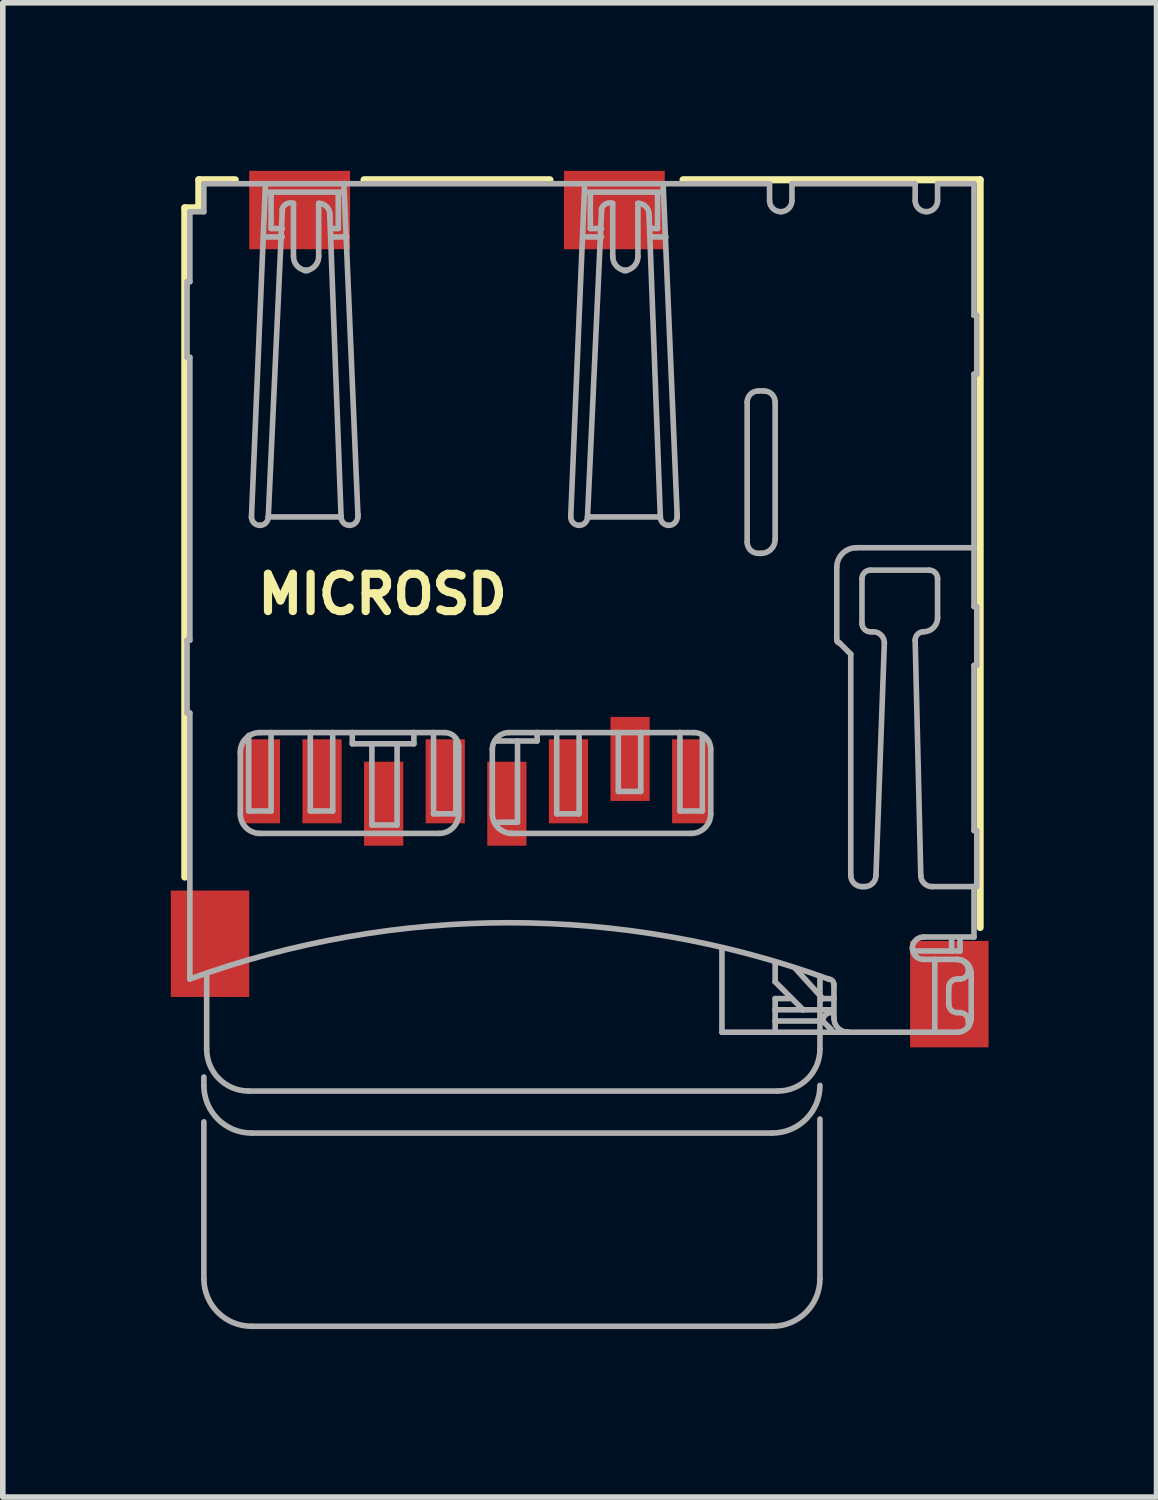
<source format=kicad_pcb>
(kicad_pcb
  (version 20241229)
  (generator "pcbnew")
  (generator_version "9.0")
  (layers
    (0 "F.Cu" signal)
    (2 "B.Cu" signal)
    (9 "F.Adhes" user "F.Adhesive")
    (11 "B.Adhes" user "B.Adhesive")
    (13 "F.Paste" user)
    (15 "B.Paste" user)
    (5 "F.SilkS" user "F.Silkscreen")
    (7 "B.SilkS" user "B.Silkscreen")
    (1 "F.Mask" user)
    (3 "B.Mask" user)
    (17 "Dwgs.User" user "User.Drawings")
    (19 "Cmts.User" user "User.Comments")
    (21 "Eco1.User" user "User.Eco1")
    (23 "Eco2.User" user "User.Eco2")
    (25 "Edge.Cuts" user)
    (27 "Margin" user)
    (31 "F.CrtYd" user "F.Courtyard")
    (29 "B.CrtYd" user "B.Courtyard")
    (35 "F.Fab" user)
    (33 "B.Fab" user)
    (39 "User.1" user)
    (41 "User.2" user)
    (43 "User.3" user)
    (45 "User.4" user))
  (footprint "MICROSD"
    (layer "F.Cu")
    (at 7.539 7.753)
    (property "Reference" "MICROSD" (at -6.059 0.197 0) (layer "F.SilkS") (effects (font (size 0.666 0.666) (thickness 0.146)) (justify left bottom)))
    (fp_line (start -7.289 -7.093) (end -7.289 4.857) (stroke (width 0.127) (type solid)) (layer "F.SilkS"))
    (fp_line (start -7.039 -7.593) (end -7.039 -7.093) (stroke (width 0.127) (type solid)) (layer "F.SilkS"))
    (fp_line (start -7.039 -7.093) (end -7.289 -7.093) (stroke (width 0.127) (type solid)) (layer "F.SilkS"))
    (fp_line (start -6.389 -7.593) (end -7.039 -7.593) (stroke (width 0.127) (type solid)) (layer "F.SilkS"))
    (fp_line (start -4.089 -7.593) (end -0.77 -7.593) (stroke (width 0.127) (type solid)) (layer "F.SilkS"))
    (fp_line (start 1.607 -7.593) (end 6.911 -7.593) (stroke (width 0.127) (type solid)) (layer "F.SilkS"))
    (fp_line (start 6.911 -7.593) (end 6.911 5.757) (stroke (width 0.127) (type solid)) (layer "F.SilkS"))
    (fp_line (start -7.249 -5.773) (end -7.249 -4.423) (stroke (width 0.1) (type solid)) (layer "F.Fab"))
    (fp_line (start -7.249 -4.423) (end -7.199 -4.423) (stroke (width 0.1) (type solid)) (layer "F.Fab"))
    (fp_line (start -7.249 0.627) (end -7.249 1.927) (stroke (width 0.1) (type solid)) (layer "F.Fab"))
    (fp_line (start -7.249 1.927) (end -7.199 1.927) (stroke (width 0.1) (type solid)) (layer "F.Fab"))
    (fp_line (start -7.199 -7.023) (end -7.199 -5.773) (stroke (width 0.1) (type solid)) (layer "F.Fab"))
    (fp_line (start -7.199 -5.773) (end -7.249 -5.773) (stroke (width 0.1) (type solid)) (layer "F.Fab"))
    (fp_line (start -7.199 -4.423) (end -7.199 0.627) (stroke (width 0.1) (type solid)) (layer "F.Fab"))
    (fp_line (start -7.199 0.627) (end -7.249 0.627) (stroke (width 0.1) (type solid)) (layer "F.Fab"))
    (fp_line (start -7.199 1.927) (end -7.199 6.677) (stroke (width 0.1) (type solid)) (layer "F.Fab"))
    (fp_line (start -6.949 -7.523) (end -6.949 -7.023) (stroke (width 0.1) (type solid)) (layer "F.Fab"))
    (fp_line (start -6.949 -7.023) (end -7.199 -7.023) (stroke (width 0.1) (type solid)) (layer "F.Fab"))
    (fp_line (start -6.949 8.427) (end -6.949 8.577) (stroke (width 0.1) (type solid)) (layer "F.Fab"))
    (fp_line (start -6.949 9.227) (end -6.949 12.027) (stroke (width 0.1) (type solid)) (layer "F.Fab"))
    (fp_line (start -6.899 6.627) (end -6.899 7.927) (stroke (width 0.1) (type solid)) (layer "F.Fab"))
    (fp_line (start -6.299 3.727) (end -6.299 2.627) (stroke (width 0.1) (type solid)) (layer "F.Fab"))
    (fp_line (start -6.149 2.327) (end -6.149 3.677) (stroke (width 0.1) (type solid)) (layer "F.Fab"))
    (fp_line (start -6.149 3.677) (end -5.749 3.677) (stroke (width 0.1) (type solid)) (layer "F.Fab"))
    (fp_line (start -6.149 8.677) (end 3.301 8.677) (stroke (width 0.1) (type solid)) (layer "F.Fab"))
    (fp_line (start -6.099 -1.573) (end -5.849 -7.523) (stroke (width 0.1) (type solid)) (layer "F.Fab"))
    (fp_line (start -6.099 9.427) (end 3.201 9.427) (stroke (width 0.1) (type solid)) (layer "F.Fab"))
    (fp_line (start -6.099 12.877) (end 3.201 12.877) (stroke (width 0.1) (type solid)) (layer "F.Fab"))
    (fp_line (start -5.949 2.277) (end -5.749 2.277) (stroke (width 0.1) (type solid)) (layer "F.Fab"))
    (fp_line (start -5.849 -7.523) (end -6.949 -7.523) (stroke (width 0.1) (type solid)) (layer "F.Fab"))
    (fp_line (start -5.799 -7.373) (end -4.449 -7.373) (stroke (width 0.1) (type solid)) (layer "F.Fab"))
    (fp_line (start -5.799 -1.573) (end -4.499 -1.573) (stroke (width 0.1) (type solid)) (layer "F.Fab"))
    (fp_line (start -5.749 -6.723) (end -5.749 -7.323) (stroke (width 0.1) (type solid)) (layer "F.Fab"))
    (fp_line (start -5.749 2.277) (end -5.049 2.277) (stroke (width 0.1) (type solid)) (layer "F.Fab"))
    (fp_line (start -5.749 3.677) (end -5.749 2.277) (stroke (width 0.1) (type solid)) (layer "F.Fab"))
    (fp_line (start -5.549 -7.073) (end -5.549 -7.023) (stroke (width 0.1) (type solid)) (layer "F.Fab"))
    (fp_line (start -5.549 -7.023) (end -5.799 -1.573) (stroke (width 0.1) (type solid)) (layer "F.Fab"))
    (fp_line (start -5.549 -6.723) (end -5.749 -6.723) (stroke (width 0.1) (type solid)) (layer "F.Fab"))
    (fp_line (start -5.549 -6.573) (end -5.849 -6.573) (stroke (width 0.1) (type solid)) (layer "F.Fab"))
    (fp_line (start -5.349 -6.223) (end -5.349 -7.173) (stroke (width 0.1) (type solid)) (layer "F.Fab"))
    (fp_line (start -5.149 -5.973) (end -5.099 -5.973) (stroke (width 0.1) (type solid)) (layer "F.Fab"))
    (fp_line (start -5.049 2.277) (end -5.049 3.677) (stroke (width 0.1) (type solid)) (layer "F.Fab"))
    (fp_line (start -5.049 2.277) (end -4.649 2.277) (stroke (width 0.1) (type solid)) (layer "F.Fab"))
    (fp_line (start -5.049 3.677) (end -4.649 3.677) (stroke (width 0.1) (type solid)) (layer "F.Fab"))
    (fp_line (start -4.899 -7.173) (end -4.899 -6.223) (stroke (width 0.1) (type solid)) (layer "F.Fab"))
    (fp_line (start -4.699 -6.923) (end -4.699 -6.973) (stroke (width 0.1) (type solid)) (layer "F.Fab"))
    (fp_line (start -4.649 -6.723) (end -4.549 -6.723) (stroke (width 0.1) (type solid)) (layer "F.Fab"))
    (fp_line (start -4.649 -6.573) (end -4.399 -6.573) (stroke (width 0.1) (type solid)) (layer "F.Fab"))
    (fp_line (start -4.649 2.277) (end -4.299 2.277) (stroke (width 0.1) (type solid)) (layer "F.Fab"))
    (fp_line (start -4.649 3.677) (end -4.649 2.277) (stroke (width 0.1) (type solid)) (layer "F.Fab"))
    (fp_line (start -4.549 -6.723) (end -4.549 -7.323) (stroke (width 0.1) (type solid)) (layer "F.Fab"))
    (fp_line (start -4.499 -1.573) (end -4.699 -6.923) (stroke (width 0.1) (type solid)) (layer "F.Fab"))
    (fp_line (start -4.449 -7.523) (end -5.849 -7.523) (stroke (width 0.1) (type solid)) (layer "F.Fab"))
    (fp_line (start -4.449 -7.523) (end -4.199 -1.623) (stroke (width 0.1) (type solid)) (layer "F.Fab"))
    (fp_line (start -4.299 2.277) (end -4.299 2.477) (stroke (width 0.1) (type solid)) (layer "F.Fab"))
    (fp_line (start -4.299 2.277) (end -3.199 2.277) (stroke (width 0.1) (type solid)) (layer "F.Fab"))
    (fp_line (start -4.299 2.477) (end -3.949 2.477) (stroke (width 0.1) (type solid)) (layer "F.Fab"))
    (fp_line (start -4.199 -1.623) (end -4.199 -1.573) (stroke (width 0.1) (type solid)) (layer "F.Fab"))
    (fp_line (start -3.949 2.477) (end -3.949 3.927) (stroke (width 0.1) (type solid)) (layer "F.Fab"))
    (fp_line (start -3.949 2.477) (end -3.499 2.477) (stroke (width 0.1) (type solid)) (layer "F.Fab"))
    (fp_line (start -3.949 3.927) (end -3.499 3.927) (stroke (width 0.1) (type solid)) (layer "F.Fab"))
    (fp_line (start -3.499 2.477) (end -3.199 2.477) (stroke (width 0.1) (type solid)) (layer "F.Fab"))
    (fp_line (start -3.499 3.927) (end -3.499 2.477) (stroke (width 0.1) (type solid)) (layer "F.Fab"))
    (fp_line (start -3.199 2.277) (end -2.849 2.277) (stroke (width 0.1) (type solid)) (layer "F.Fab"))
    (fp_line (start -3.199 2.477) (end -3.199 2.277) (stroke (width 0.1) (type solid)) (layer "F.Fab"))
    (fp_line (start -2.849 2.277) (end -2.849 3.727) (stroke (width 0.1) (type solid)) (layer "F.Fab"))
    (fp_line (start -2.849 2.277) (end -2.649 2.277) (stroke (width 0.1) (type solid)) (layer "F.Fab"))
    (fp_line (start -2.849 3.727) (end -2.449 3.727) (stroke (width 0.1) (type solid)) (layer "F.Fab"))
    (fp_line (start -2.749 4.077) (end -5.949 4.077) (stroke (width 0.1) (type solid)) (layer "F.Fab"))
    (fp_line (start -2.449 3.727) (end -2.449 2.427) (stroke (width 0.1) (type solid)) (layer "F.Fab"))
    (fp_line (start -2.399 2.527) (end -2.399 3.727) (stroke (width 0.1) (type solid)) (layer "F.Fab"))
    (fp_line (start -1.799 3.727) (end -1.799 2.577) (stroke (width 0.1) (type solid)) (layer "F.Fab"))
    (fp_line (start -1.749 2.427) (end -1.349 2.427) (stroke (width 0.1) (type solid)) (layer "F.Fab"))
    (fp_line (start -1.499 2.277) (end -0.999 2.277) (stroke (width 0.1) (type solid)) (layer "F.Fab"))
    (fp_line (start -1.349 2.427) (end -1.349 3.877) (stroke (width 0.1) (type solid)) (layer "F.Fab"))
    (fp_line (start -1.349 2.427) (end -0.999 2.427) (stroke (width 0.1) (type solid)) (layer "F.Fab"))
    (fp_line (start -1.349 3.877) (end -1.699 3.877) (stroke (width 0.1) (type solid)) (layer "F.Fab"))
    (fp_line (start -0.999 2.277) (end -0.649 2.277) (stroke (width 0.1) (type solid)) (layer "F.Fab"))
    (fp_line (start -0.999 2.427) (end -0.999 2.277) (stroke (width 0.1) (type solid)) (layer "F.Fab"))
    (fp_line (start -0.649 2.277) (end -0.649 3.727) (stroke (width 0.1) (type solid)) (layer "F.Fab"))
    (fp_line (start -0.649 2.277) (end 0.451 2.277) (stroke (width 0.1) (type solid)) (layer "F.Fab"))
    (fp_line (start -0.649 3.727) (end -0.249 3.727) (stroke (width 0.1) (type solid)) (layer "F.Fab"))
    (fp_line (start -0.399 -1.573) (end -0.149 -7.523) (stroke (width 0.1) (type solid)) (layer "F.Fab"))
    (fp_line (start -0.249 3.727) (end -0.249 2.327) (stroke (width 0.1) (type solid)) (layer "F.Fab"))
    (fp_line (start -0.099 -7.373) (end 1.251 -7.373) (stroke (width 0.1) (type solid)) (layer "F.Fab"))
    (fp_line (start -0.099 -1.573) (end 1.201 -1.573) (stroke (width 0.1) (type solid)) (layer "F.Fab"))
    (fp_line (start -0.049 -6.723) (end -0.049 -7.323) (stroke (width 0.1) (type solid)) (layer "F.Fab"))
    (fp_line (start 0.151 -7.073) (end 0.151 -7.023) (stroke (width 0.1) (type solid)) (layer "F.Fab"))
    (fp_line (start 0.151 -7.023) (end -0.099 -1.573) (stroke (width 0.1) (type solid)) (layer "F.Fab"))
    (fp_line (start 0.151 -6.723) (end -0.049 -6.723) (stroke (width 0.1) (type solid)) (layer "F.Fab"))
    (fp_line (start 0.151 -6.573) (end -0.149 -6.573) (stroke (width 0.1) (type solid)) (layer "F.Fab"))
    (fp_line (start 0.351 -6.223) (end 0.351 -7.173) (stroke (width 0.1) (type solid)) (layer "F.Fab"))
    (fp_line (start 0.451 2.277) (end 0.451 3.327) (stroke (width 0.1) (type solid)) (layer "F.Fab"))
    (fp_line (start 0.451 2.277) (end 0.851 2.277) (stroke (width 0.1) (type solid)) (layer "F.Fab"))
    (fp_line (start 0.451 3.327) (end 0.851 3.327) (stroke (width 0.1) (type solid)) (layer "F.Fab"))
    (fp_line (start 0.551 -5.973) (end 0.601 -5.973) (stroke (width 0.1) (type solid)) (layer "F.Fab"))
    (fp_line (start 0.801 -7.173) (end 0.801 -6.223) (stroke (width 0.1) (type solid)) (layer "F.Fab"))
    (fp_line (start 0.851 2.277) (end 1.551 2.277) (stroke (width 0.1) (type solid)) (layer "F.Fab"))
    (fp_line (start 0.851 3.327) (end 0.851 2.277) (stroke (width 0.1) (type solid)) (layer "F.Fab"))
    (fp_line (start 1.001 -6.923) (end 1.001 -6.973) (stroke (width 0.1) (type solid)) (layer "F.Fab"))
    (fp_line (start 1.051 -6.723) (end 1.151 -6.723) (stroke (width 0.1) (type solid)) (layer "F.Fab"))
    (fp_line (start 1.051 -6.573) (end 1.301 -6.573) (stroke (width 0.1) (type solid)) (layer "F.Fab"))
    (fp_line (start 1.151 -6.723) (end 1.151 -7.323) (stroke (width 0.1) (type solid)) (layer "F.Fab"))
    (fp_line (start 1.201 -1.573) (end 1.001 -6.923) (stroke (width 0.1) (type solid)) (layer "F.Fab"))
    (fp_line (start 1.251 -7.523) (end 1.501 -1.623) (stroke (width 0.1) (type solid)) (layer "F.Fab"))
    (fp_line (start 1.501 -1.623) (end 1.501 -1.573) (stroke (width 0.1) (type solid)) (layer "F.Fab"))
    (fp_line (start 1.551 2.277) (end 1.551 3.677) (stroke (width 0.1) (type solid)) (layer "F.Fab"))
    (fp_line (start 1.551 2.277) (end 1.801 2.277) (stroke (width 0.1) (type solid)) (layer "F.Fab"))
    (fp_line (start 1.551 3.677) (end 1.951 3.677) (stroke (width 0.1) (type solid)) (layer "F.Fab"))
    (fp_line (start 1.751 4.077) (end -1.449 4.077) (stroke (width 0.1) (type solid)) (layer "F.Fab"))
    (fp_line (start 1.951 3.677) (end 1.951 2.327) (stroke (width 0.1) (type solid)) (layer "F.Fab"))
    (fp_line (start 2.101 2.577) (end 2.101 3.727) (stroke (width 0.1) (type solid)) (layer "F.Fab"))
    (fp_line (start 2.301 7.627) (end 2.301 6.127) (stroke (width 0.1) (type solid)) (layer "F.Fab"))
    (fp_line (start 2.751 -1.123) (end 2.751 -3.623) (stroke (width 0.1) (type solid)) (layer "F.Fab"))
    (fp_line (start 2.951 -3.823) (end 3.051 -3.823) (stroke (width 0.1) (type solid)) (layer "F.Fab"))
    (fp_line (start 3.001 -0.923) (end 2.951 -0.923) (stroke (width 0.1) (type solid)) (layer "F.Fab"))
    (fp_line (start 3.151 -7.523) (end -4.449 -7.523) (stroke (width 0.1) (type solid)) (layer "F.Fab"))
    (fp_line (start 3.151 -7.223) (end 3.151 -7.523) (stroke (width 0.1) (type solid)) (layer "F.Fab"))
    (fp_line (start 3.251 -3.623) (end 3.251 -1.173) (stroke (width 0.1) (type solid)) (layer "F.Fab"))
    (fp_line (start 3.251 6.377) (end 3.251 6.727) (stroke (width 0.1) (type solid)) (layer "F.Fab"))
    (fp_line (start 3.251 6.727) (end 3.751 7.227) (stroke (width 0.1) (type solid)) (layer "F.Fab"))
    (fp_line (start 3.251 7.027) (end 3.501 7.027) (stroke (width 0.1) (type solid)) (layer "F.Fab"))
    (fp_line (start 3.251 7.227) (end 3.251 7.027) (stroke (width 0.1) (type solid)) (layer "F.Fab"))
    (fp_line (start 3.251 7.427) (end 3.251 7.227) (stroke (width 0.1) (type solid)) (layer "F.Fab"))
    (fp_line (start 3.251 7.427) (end 4.101 7.427) (stroke (width 0.1) (type solid)) (layer "F.Fab"))
    (fp_line (start 3.251 7.627) (end 2.301 7.627) (stroke (width 0.1) (type solid)) (layer "F.Fab"))
    (fp_line (start 3.251 7.627) (end 3.251 7.427) (stroke (width 0.1) (type solid)) (layer "F.Fab"))
    (fp_line (start 3.551 -7.523) (end 3.551 -7.223) (stroke (width 0.1) (type solid)) (layer "F.Fab"))
    (fp_line (start 3.751 7.227) (end 3.251 7.227) (stroke (width 0.1) (type solid)) (layer "F.Fab"))
    (fp_line (start 3.751 7.227) (end 4.251 7.227) (stroke (width 0.1) (type solid)) (layer "F.Fab"))
    (fp_line (start 4.051 7.927) (end 4.051 6.627) (stroke (width 0.1) (type solid)) (layer "F.Fab"))
    (fp_line (start 4.051 12.027) (end 4.051 9.177) (stroke (width 0.1) (type solid)) (layer "F.Fab"))
    (fp_line (start 4.101 7.027) (end 3.601 6.477) (stroke (width 0.1) (type solid)) (layer "F.Fab"))
    (fp_line (start 4.251 7.577) (end 4.101 7.427) (stroke (width 0.1) (type solid)) (layer "F.Fab"))
    (fp_line (start 4.301 6.777) (end 4.301 7.027) (stroke (width 0.1) (type solid)) (layer "F.Fab"))
    (fp_line (start 4.301 7.027) (end 4.101 7.027) (stroke (width 0.1) (type solid)) (layer "F.Fab"))
    (fp_line (start 4.301 7.027) (end 4.301 7.377) (stroke (width 0.1) (type solid)) (layer "F.Fab"))
    (fp_line (start 4.351 0.627) (end 4.351 -0.673) (stroke (width 0.1) (type solid)) (layer "F.Fab"))
    (fp_line (start 4.551 7.627) (end 3.251 7.627) (stroke (width 0.1) (type solid)) (layer "F.Fab"))
    (fp_line (start 4.551 7.627) (end 6.101 7.627) (stroke (width 0.1) (type solid)) (layer "F.Fab"))
    (fp_line (start 4.601 0.877) (end 4.401 0.677) (stroke (width 0.1) (type solid)) (layer "F.Fab"))
    (fp_line (start 4.601 4.827) (end 4.601 0.877) (stroke (width 0.1) (type solid)) (layer "F.Fab"))
    (fp_line (start 4.701 -1.023) (end 6.801 -1.023) (stroke (width 0.1) (type solid)) (layer "F.Fab"))
    (fp_line (start 4.801 -0.473) (end 4.801 0.327) (stroke (width 0.1) (type solid)) (layer "F.Fab"))
    (fp_line (start 4.851 5.027) (end 4.801 5.027) (stroke (width 0.1) (type solid)) (layer "F.Fab"))
    (fp_line (start 4.951 0.477) (end 5.001 0.477) (stroke (width 0.1) (type solid)) (layer "F.Fab"))
    (fp_line (start 5.201 0.677) (end 5.051 4.827) (stroke (width 0.1) (type solid)) (layer "F.Fab"))
    (fp_line (start 5.751 -7.523) (end 3.551 -7.523) (stroke (width 0.1) (type solid)) (layer "F.Fab"))
    (fp_line (start 5.751 -7.223) (end 5.751 -7.523) (stroke (width 0.1) (type solid)) (layer "F.Fab"))
    (fp_line (start 5.751 6.177) (end 6.401 6.177) (stroke (width 0.1) (type solid)) (layer "F.Fab"))
    (fp_line (start 5.851 4.827) (end 5.751 0.627) (stroke (width 0.1) (type solid)) (layer "F.Fab"))
    (fp_line (start 5.901 5.927) (end 6.801 5.927) (stroke (width 0.1) (type solid)) (layer "F.Fab"))
    (fp_line (start 6.001 -0.623) (end 4.951 -0.623) (stroke (width 0.1) (type solid)) (layer "F.Fab"))
    (fp_line (start 6.101 6.327) (end 5.901 6.327) (stroke (width 0.1) (type solid)) (layer "F.Fab"))
    (fp_line (start 6.101 6.327) (end 6.101 7.627) (stroke (width 0.1) (type solid)) (layer "F.Fab"))
    (fp_line (start 6.101 7.627) (end 6.501 7.627) (stroke (width 0.1) (type solid)) (layer "F.Fab"))
    (fp_line (start 6.151 -7.523) (end 6.151 -7.223) (stroke (width 0.1) (type solid)) (layer "F.Fab"))
    (fp_line (start 6.151 0.227) (end 6.151 -0.473) (stroke (width 0.1) (type solid)) (layer "F.Fab"))
    (fp_line (start 6.351 7.127) (end 6.351 6.827) (stroke (width 0.1) (type solid)) (layer "F.Fab"))
    (fp_line (start 6.401 6.177) (end 6.401 5.977) (stroke (width 0.1) (type solid)) (layer "F.Fab"))
    (fp_line (start 6.401 6.177) (end 6.551 6.177) (stroke (width 0.1) (type solid)) (layer "F.Fab"))
    (fp_line (start 6.501 6.327) (end 6.101 6.327) (stroke (width 0.1) (type solid)) (layer "F.Fab"))
    (fp_line (start 6.501 6.677) (end 6.551 6.677) (stroke (width 0.1) (type solid)) (layer "F.Fab"))
    (fp_line (start 6.551 5.977) (end 6.551 6.177) (stroke (width 0.1) (type solid)) (layer "F.Fab"))
    (fp_line (start 6.551 7.277) (end 6.501 7.277) (stroke (width 0.1) (type solid)) (layer "F.Fab"))
    (fp_line (start 6.701 7.527) (end 6.701 7.427) (stroke (width 0.1) (type solid)) (layer "F.Fab"))
    (fp_line (start 6.751 7.377) (end 6.751 6.577) (stroke (width 0.1) (type solid)) (layer "F.Fab"))
    (fp_line (start 6.801 -7.523) (end 6.151 -7.523) (stroke (width 0.1) (type solid)) (layer "F.Fab"))
    (fp_line (start 6.801 -5.173) (end 6.801 -7.523) (stroke (width 0.1) (type solid)) (layer "F.Fab"))
    (fp_line (start 6.801 -4.123) (end 6.851 -4.123) (stroke (width 0.1) (type solid)) (layer "F.Fab"))
    (fp_line (start 6.801 -1.023) (end 6.801 -4.123) (stroke (width 0.1) (type solid)) (layer "F.Fab"))
    (fp_line (start 6.801 0.027) (end 6.801 -1.023) (stroke (width 0.1) (type solid)) (layer "F.Fab"))
    (fp_line (start 6.801 1.077) (end 6.851 1.077) (stroke (width 0.1) (type solid)) (layer "F.Fab"))
    (fp_line (start 6.801 4.027) (end 6.801 1.077) (stroke (width 0.1) (type solid)) (layer "F.Fab"))
    (fp_line (start 6.801 5.027) (end 6.051 5.027) (stroke (width 0.1) (type solid)) (layer "F.Fab"))
    (fp_line (start 6.801 5.027) (end 6.851 5.027) (stroke (width 0.1) (type solid)) (layer "F.Fab"))
    (fp_line (start 6.801 5.927) (end 6.801 5.027) (stroke (width 0.1) (type solid)) (layer "F.Fab"))
    (fp_line (start 6.851 -5.173) (end 6.801 -5.173) (stroke (width 0.1) (type solid)) (layer "F.Fab"))
    (fp_line (start 6.851 -4.123) (end 6.851 -5.173) (stroke (width 0.1) (type solid)) (layer "F.Fab"))
    (fp_line (start 6.851 0.027) (end 6.801 0.027) (stroke (width 0.1) (type solid)) (layer "F.Fab"))
    (fp_line (start 6.851 1.077) (end 6.851 0.027) (stroke (width 0.1) (type solid)) (layer "F.Fab"))
    (fp_line (start 6.851 4.027) (end 6.801 4.027) (stroke (width 0.1) (type solid)) (layer "F.Fab"))
    (fp_line (start 6.851 5.027) (end 6.851 4.027) (stroke (width 0.1) (type solid)) (layer "F.Fab"))
    (fp_arc (start -7.199 6.677) (mid -1.499 5.671936) (end 4.201 6.677) (stroke (width 0.1) (type solid)) (layer "F.Fab"))
    (fp_arc (start -6.299 2.627) (mid -6.196487 2.379513) (end -5.949 2.277) (stroke (width 0.1) (type solid)) (layer "F.Fab"))
    (fp_arc (start -6.149 8.677) (mid -6.67933 8.45733) (end -6.899 7.927) (stroke (width 0.1) (type solid)) (layer "F.Fab"))
    (fp_arc (start -6.099 9.427) (mid -6.700041 9.178041) (end -6.949 8.577) (stroke (width 0.1) (type solid)) (layer "F.Fab"))
    (fp_arc (start -6.099 12.877) (mid -6.700041 12.628041) (end -6.949 12.027) (stroke (width 0.1) (type solid)) (layer "F.Fab"))
    (fp_arc (start -5.949 -1.423) (mid -6.055066 -1.466934) (end -6.099 -1.573) (stroke (width 0.1) (type solid)) (layer "F.Fab"))
    (fp_arc (start -5.949 4.077) (mid -6.196487 3.974487) (end -6.299 3.727) (stroke (width 0.1) (type solid)) (layer "F.Fab"))
    (fp_arc (start -5.799 -1.573) (mid -5.842934 -1.466934) (end -5.949 -1.423) (stroke (width 0.1) (type solid)) (layer "F.Fab"))
    (fp_arc (start -5.549 -7.073) (mid -5.469711 -7.164421) (end -5.349 -7.173) (stroke (width 0.1) (type solid)) (layer "F.Fab"))
    (fp_arc (start -5.099 -5.973) (mid -5.275777 -6.046223) (end -5.349 -6.223) (stroke (width 0.1) (type solid)) (layer "F.Fab"))
    (fp_arc (start -4.899 -7.173) (mid -4.757579 -7.114421) (end -4.699 -6.973) (stroke (width 0.1) (type solid)) (layer "F.Fab"))
    (fp_arc (start -4.899 -6.223) (mid -4.972223 -6.046223) (end -5.149 -5.973) (stroke (width 0.1) (type solid)) (layer "F.Fab"))
    (fp_arc (start -4.349 -1.423) (mid -4.455066 -1.466934) (end -4.499 -1.573) (stroke (width 0.1) (type solid)) (layer "F.Fab"))
    (fp_arc (start -4.199 -1.573) (mid -4.242934 -1.466934) (end -4.349 -1.423) (stroke (width 0.1) (type solid)) (layer "F.Fab"))
    (fp_arc (start -2.649 2.277) (mid -2.472223 2.350223) (end -2.399 2.527) (stroke (width 0.1) (type solid)) (layer "F.Fab"))
    (fp_arc (start -2.399 3.727) (mid -2.501513 3.974487) (end -2.749 4.077) (stroke (width 0.1) (type solid)) (layer "F.Fab"))
    (fp_arc (start -1.799 2.577) (mid -1.711132 2.364868) (end -1.499 2.277) (stroke (width 0.1) (type solid)) (layer "F.Fab"))
    (fp_arc (start -1.449 4.077) (mid -1.696487 3.974487) (end -1.799 3.727) (stroke (width 0.1) (type solid)) (layer "F.Fab"))
    (fp_arc (start -0.249 -1.423) (mid -0.355066 -1.466934) (end -0.399 -1.573) (stroke (width 0.1) (type solid)) (layer "F.Fab"))
    (fp_arc (start -0.099 -1.573) (mid -0.142934 -1.466934) (end -0.249 -1.423) (stroke (width 0.1) (type solid)) (layer "F.Fab"))
    (fp_arc (start 0.151 -7.073) (mid 0.230289 -7.164421) (end 0.351 -7.173) (stroke (width 0.1) (type solid)) (layer "F.Fab"))
    (fp_arc (start 0.601 -5.973) (mid 0.424223 -6.046223) (end 0.351 -6.223) (stroke (width 0.1) (type solid)) (layer "F.Fab"))
    (fp_arc (start 0.801 -7.173) (mid 0.942421 -7.114421) (end 1.001 -6.973) (stroke (width 0.1) (type solid)) (layer "F.Fab"))
    (fp_arc (start 0.801 -6.223) (mid 0.727777 -6.046223) (end 0.551 -5.973) (stroke (width 0.1) (type solid)) (layer "F.Fab"))
    (fp_arc (start 1.351 -1.423) (mid 1.244934 -1.466934) (end 1.201 -1.573) (stroke (width 0.1) (type solid)) (layer "F.Fab"))
    (fp_arc (start 1.501 -1.573) (mid 1.457066 -1.466934) (end 1.351 -1.423) (stroke (width 0.1) (type solid)) (layer "F.Fab"))
    (fp_arc (start 1.801 2.277) (mid 2.013132 2.364868) (end 2.101 2.577) (stroke (width 0.1) (type solid)) (layer "F.Fab"))
    (fp_arc (start 2.101 3.727) (mid 1.998487 3.974487) (end 1.751 4.077) (stroke (width 0.1) (type solid)) (layer "F.Fab"))
    (fp_arc (start 2.751 -3.623) (mid 2.809579 -3.764421) (end 2.951 -3.823) (stroke (width 0.1) (type solid)) (layer "F.Fab"))
    (fp_arc (start 2.951 -0.923) (mid 2.809579 -0.981579) (end 2.751 -1.123) (stroke (width 0.1) (type solid)) (layer "F.Fab"))
    (fp_arc (start 3.051 -3.823) (mid 3.192421 -3.764421) (end 3.251 -3.623) (stroke (width 0.1) (type solid)) (layer "F.Fab"))
    (fp_arc (start 3.251 -1.173) (mid 3.177777 -0.996223) (end 3.001 -0.923) (stroke (width 0.1) (type solid)) (layer "F.Fab"))
    (fp_arc (start 3.351 -7.023) (mid 3.209579 -7.081579) (end 3.151 -7.223) (stroke (width 0.1) (type solid)) (layer "F.Fab"))
    (fp_arc (start 3.551 -7.223) (mid 3.492421 -7.081579) (end 3.351 -7.023) (stroke (width 0.1) (type solid)) (layer "F.Fab"))
    (fp_arc (start 4.051 7.927) (mid 3.83133 8.45733) (end 3.301 8.677) (stroke (width 0.1) (type solid)) (layer "F.Fab"))
    (fp_arc (start 4.051 8.577) (mid 3.802041 9.178041) (end 3.201 9.427) (stroke (width 0.1) (type solid)) (layer "F.Fab"))
    (fp_arc (start 4.051 12.027) (mid 3.802041 12.628041) (end 3.201 12.877) (stroke (width 0.1) (type solid)) (layer "F.Fab"))
    (fp_arc (start 4.101 7.427) (mid 4.144934 7.320934) (end 4.251 7.277) (stroke (width 0.1) (type solid)) (layer "F.Fab"))
    (fp_arc (start 4.201 6.677) (mid 4.271711 6.706289) (end 4.301 6.777) (stroke (width 0.1) (type solid)) (layer "F.Fab"))
    (fp_arc (start 4.351 -0.673) (mid 4.453513 -0.920487) (end 4.701 -1.023) (stroke (width 0.1) (type solid)) (layer "F.Fab"))
    (fp_arc (start 4.401 0.677) (mid 4.365645 0.662355) (end 4.351 0.627) (stroke (width 0.1) (type solid)) (layer "F.Fab"))
    (fp_arc (start 4.551 7.627) (mid 4.374223 7.553777) (end 4.301 7.377) (stroke (width 0.1) (type solid)) (layer "F.Fab"))
    (fp_arc (start 4.801 -0.473) (mid 4.844934 -0.579066) (end 4.951 -0.623) (stroke (width 0.1) (type solid)) (layer "F.Fab"))
    (fp_arc (start 4.801 5.027) (mid 4.659579 4.968421) (end 4.601 4.827) (stroke (width 0.1) (type solid)) (layer "F.Fab"))
    (fp_arc (start 4.951 0.477) (mid 4.844934 0.433066) (end 4.801 0.327) (stroke (width 0.1) (type solid)) (layer "F.Fab"))
    (fp_arc (start 5.001 0.477) (mid 5.142421 0.535579) (end 5.201 0.677) (stroke (width 0.1) (type solid)) (layer "F.Fab"))
    (fp_arc (start 5.051 4.827) (mid 4.992421 4.968421) (end 4.851 5.027) (stroke (width 0.1) (type solid)) (layer "F.Fab"))
    (fp_arc (start 5.701 6.127) (mid 5.759579 5.985579) (end 5.901 5.927) (stroke (width 0.1) (type solid)) (layer "F.Fab"))
    (fp_arc (start 5.751 0.627) (mid 5.794934 0.520934) (end 5.901 0.477) (stroke (width 0.1) (type solid)) (layer "F.Fab"))
    (fp_arc (start 5.901 6.327) (mid 5.759579 6.268421) (end 5.701 6.127) (stroke (width 0.1) (type solid)) (layer "F.Fab"))
    (fp_arc (start 5.951 -7.023) (mid 5.809579 -7.081579) (end 5.751 -7.223) (stroke (width 0.1) (type solid)) (layer "F.Fab"))
    (fp_arc (start 6.001 -0.623) (mid 6.107066 -0.579066) (end 6.151 -0.473) (stroke (width 0.1) (type solid)) (layer "F.Fab"))
    (fp_arc (start 6.051 5.027) (mid 5.909579 4.968421) (end 5.851 4.827) (stroke (width 0.1) (type solid)) (layer "F.Fab"))
    (fp_arc (start 6.151 -7.223) (mid 6.092421 -7.081579) (end 5.951 -7.023) (stroke (width 0.1) (type solid)) (layer "F.Fab"))
    (fp_arc (start 6.151 0.227) (mid 6.077777 0.403777) (end 5.901 0.477) (stroke (width 0.1) (type solid)) (layer "F.Fab"))
    (fp_arc (start 6.351 6.827) (mid 6.394934 6.720934) (end 6.501 6.677) (stroke (width 0.1) (type solid)) (layer "F.Fab"))
    (fp_arc (start 6.501 6.327) (mid 6.642421 6.385579) (end 6.701 6.527) (stroke (width 0.1) (type solid)) (layer "F.Fab"))
    (fp_arc (start 6.501 6.327) (mid 6.677777 6.400223) (end 6.751 6.577) (stroke (width 0.1) (type solid)) (layer "F.Fab"))
    (fp_arc (start 6.501 7.277) (mid 6.394934 7.233066) (end 6.351 7.127) (stroke (width 0.1) (type solid)) (layer "F.Fab"))
    (fp_arc (start 6.551 7.277) (mid 6.657066 7.320934) (end 6.701 7.427) (stroke (width 0.1) (type solid)) (layer "F.Fab"))
    (fp_arc (start 6.701 6.527) (mid 6.657066 6.633066) (end 6.551 6.677) (stroke (width 0.1) (type solid)) (layer "F.Fab"))
    (fp_arc (start 6.701 7.526999) (mid 6.612803 7.600606) (end 6.501 7.627) (stroke (width 0.1) (type solid)) (layer "F.Fab"))
    (fp_arc (start 6.751 7.377) (mid 6.738171 7.456057) (end 6.701 7.527) (stroke (width 0.1) (type solid)) (layer "F.Fab"))
    (pad "1" smd rect (at 1.761 3.147) (size 0.7 1.5) (layers "F.Cu" "F.Mask" "F.Paste"))
    (pad "2" smd rect (at 0.661 2.747) (size 0.7 1.5) (layers "F.Cu" "F.Mask" "F.Paste"))
    (pad "3" smd rect (at -0.439 3.147) (size 0.7 1.5) (layers "F.Cu" "F.Mask" "F.Paste"))
    (pad "4" smd rect (at -1.539 3.547) (size 0.7 1.5) (layers "F.Cu" "F.Mask" "F.Paste"))
    (pad "5" smd rect (at -2.639 3.147) (size 0.7 1.5) (layers "F.Cu" "F.Mask" "F.Paste"))
    (pad "6" smd rect (at -3.739 3.547) (size 0.7 1.5) (layers "F.Cu" "F.Mask" "F.Paste"))
    (pad "7" smd rect (at -4.839 3.147) (size 0.7 1.5) (layers "F.Cu" "F.Mask" "F.Paste"))
    (pad "8" smd rect (at -5.939 3.147) (size 0.7 1.5) (layers "F.Cu" "F.Mask" "F.Paste"))
    (pad "CD1" smd rect (at -5.239 -7.053 90) (size 1.4 1.8) (layers "F.Cu" "F.Mask" "F.Paste"))
    (pad "CD2" smd rect (at 0.38 -7.053 90) (size 1.4 1.8) (layers "F.Cu" "F.Mask" "F.Paste"))
    (pad "MT1" smd rect (at -6.839 6.047) (size 1.4 1.9) (layers "F.Cu" "F.Mask" "F.Paste"))
    (pad "MT2" smd rect (at 6.361 6.947) (size 1.4 1.9) (layers "F.Cu" "F.Mask" "F.Paste")))
  (gr_rect
    (start -3 -3)
    (end 17.6 23.68)
    (stroke (width 0.1) (type default))
    (fill no)
    (layer "Edge.Cuts")))
</source>
